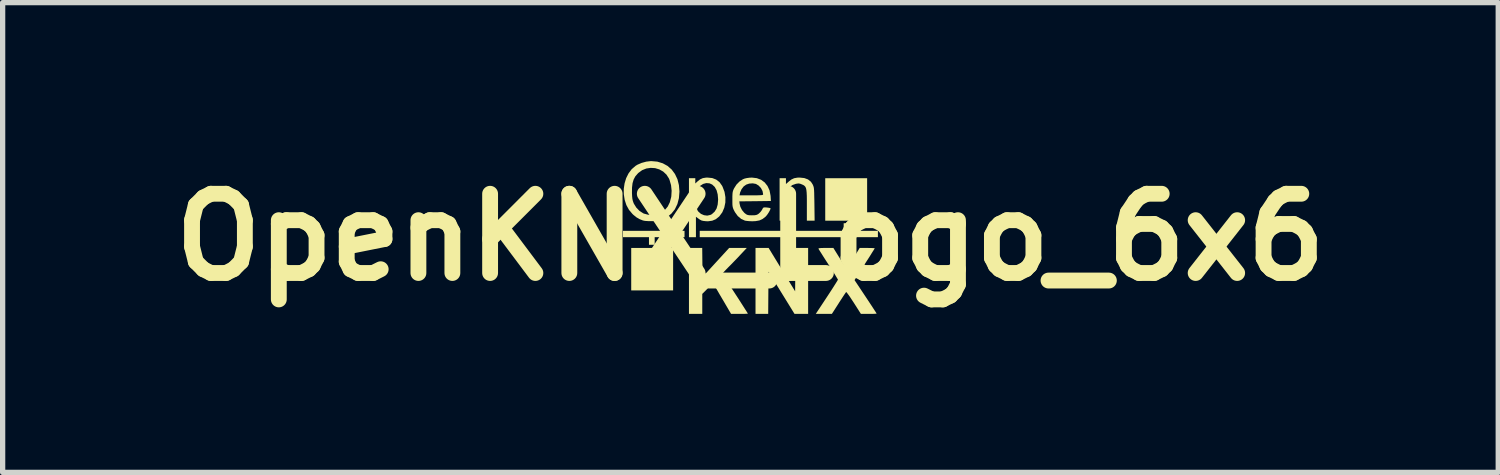
<source format=kicad_pcb>
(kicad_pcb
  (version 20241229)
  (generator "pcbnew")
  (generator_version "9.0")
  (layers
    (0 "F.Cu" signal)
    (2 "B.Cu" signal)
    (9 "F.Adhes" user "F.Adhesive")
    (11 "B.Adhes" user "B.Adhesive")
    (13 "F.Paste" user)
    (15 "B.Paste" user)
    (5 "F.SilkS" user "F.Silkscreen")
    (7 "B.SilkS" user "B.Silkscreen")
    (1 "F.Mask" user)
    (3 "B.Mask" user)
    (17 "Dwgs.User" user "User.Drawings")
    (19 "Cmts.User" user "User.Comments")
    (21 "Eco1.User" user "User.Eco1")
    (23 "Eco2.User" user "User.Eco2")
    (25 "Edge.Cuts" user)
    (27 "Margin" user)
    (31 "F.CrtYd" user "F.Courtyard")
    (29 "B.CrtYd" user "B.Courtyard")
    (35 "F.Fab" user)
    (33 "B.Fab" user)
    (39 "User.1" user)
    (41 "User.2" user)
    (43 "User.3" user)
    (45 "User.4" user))
  (footprint "OpenKNX_Logo_6x6"
    (layer "F.Cu")
    (at 11.157 1.44)
    (property "Reference" "OpenKNX_Logo_6x6" (at 0 0 0) (layer "F.SilkS") (effects (font (size 1.5 1.5) (thickness 0.3))))
    (attr board_only exclude_from_pos_files exclude_from_bom)
    (fp_poly (pts (xy -1.464 0.606) (xy -1.464 1.008) (xy -1.861 1.008) (xy -2.257 1.008) (xy -2.257 0.606) (xy -2.257 0.204) (xy -1.861 0.204) (xy -1.464 0.204)) (stroke (width 0) (type solid)) (fill yes) (layer "F.SilkS"))
    (fp_poly (pts (xy 2.209 -0.714) (xy 2.209 -0.312) (xy 1.813 -0.312) (xy 1.416 -0.312) (xy 1.416 -0.714) (xy 1.416 -1.116) (xy 1.813 -1.116) (xy 2.209 -1.116)) (stroke (width 0) (type solid)) (fill yes) (layer "F.SilkS"))
    (fp_poly (pts (xy -1.248 -0.06) (xy -1.248 0) (xy -1.53 0) (xy -1.813 0) (xy -1.813 0.072) (xy -1.813 0.144) (xy -1.867 0.144) (xy -1.921 0.144) (xy -1.921 0.072) (xy -1.921 0) (xy -2.167 0) (xy -2.413 0) (xy -2.413 -0.06) (xy -2.413 -0.12) (xy -1.831 -0.12) (xy -1.248 -0.12)) (stroke (width 0) (type solid)) (fill yes) (layer "F.SilkS"))
    (fp_poly (pts (xy 1.873 -0.192) (xy 1.873 -0.12) (xy 2.143 -0.12) (xy 2.413 -0.12) (xy 2.413 -0.06) (xy 2.413 0) (xy 0.726 0) (xy -0.96 0) (xy -0.96 -0.06) (xy -0.96 -0.12) (xy 0.402 -0.12) (xy 1.765 -0.12) (xy 1.765 -0.192) (xy 1.765 -0.264) (xy 1.819 -0.264) (xy 1.873 -0.264)) (stroke (width 0) (type solid)) (fill yes) (layer "F.SilkS"))
    (fp_poly (pts (xy 0.595 0.615) (xy 0.846 1.025) (xy 0.849 0.615) (xy 0.853 0.204) (xy 0.972 0.204) (xy 1.092 0.204) (xy 1.092 0.828) (xy 1.092 1.452) (xy 0.963 1.452) (xy 0.834 1.452) (xy 0.588 1.053) (xy 0.342 0.654) (xy 0.339 1.053) (xy 0.336 1.452) (xy 0.216 1.452) (xy 0.096 1.452) (xy 0.096 0.828) (xy 0.096 0.204) (xy 0.22 0.204) (xy 0.344 0.204)) (stroke (width 0) (type solid)) (fill yes) (layer "F.SilkS"))
    (fp_poly (pts (xy 1.02 -1.119) (xy 1.09 -1.093) (xy 1.145 -1.049) (xy 1.176 -1.002) (xy 1.185 -0.983) (xy 1.192 -0.965) (xy 1.198 -0.945) (xy 1.202 -0.918) (xy 1.205 -0.883) (xy 1.207 -0.835) (xy 1.208 -0.772) (xy 1.21 -0.69) (xy 1.211 -0.627) (xy 1.215 -0.312) (xy 1.142 -0.312) (xy 1.068 -0.312) (xy 1.068 -0.601) (xy 1.068 -0.703) (xy 1.067 -0.784) (xy 1.064 -0.847) (xy 1.059 -0.894) (xy 1.051 -0.929) (xy 1.039 -0.954) (xy 1.023 -0.972) (xy 1.003 -0.986) (xy 0.976 -0.998) (xy 0.938 -1.013) (xy 0.908 -1.017) (xy 0.871 -1.012) (xy 0.861 -1.01) (xy 0.795 -0.987) (xy 0.748 -0.953) (xy 0.717 -0.905) (xy 0.716 -0.9) (xy 0.709 -0.88) (xy 0.704 -0.853) (xy 0.7 -0.817) (xy 0.698 -0.768) (xy 0.697 -0.703) (xy 0.696 -0.618) (xy 0.696 -0.582) (xy 0.696 -0.312) (xy 0.624 -0.312) (xy 0.552 -0.312) (xy 0.552 -0.714) (xy 0.552 -1.116) (xy 0.612 -1.116) (xy 0.672 -1.116) (xy 0.672 -1.061) (xy 0.672 -1.006) (xy 0.722 -1.05) (xy 0.774 -1.091) (xy 0.827 -1.116) (xy 0.889 -1.127) (xy 0.934 -1.128)) (stroke (width 0) (type solid)) (fill yes) (layer "F.SilkS"))
    (fp_poly (pts (xy -0.91 0.479) (xy -0.906 0.753) (xy -0.655 0.479) (xy -0.403 0.204) (xy -0.236 0.204) (xy -0.069 0.204) (xy -0.19 0.333) (xy -0.245 0.392) (xy -0.307 0.456) (xy -0.367 0.518) (xy -0.419 0.57) (xy -0.419 0.57) (xy -0.46 0.612) (xy -0.494 0.648) (xy -0.518 0.675) (xy -0.528 0.69) (xy -0.528 0.691) (xy -0.522 0.703) (xy -0.504 0.734) (xy -0.476 0.78) (xy -0.438 0.839) (xy -0.394 0.908) (xy -0.344 0.987) (xy -0.289 1.071) (xy -0.288 1.073) (xy -0.233 1.157) (xy -0.183 1.235) (xy -0.139 1.304) (xy -0.102 1.362) (xy -0.073 1.407) (xy -0.055 1.436) (xy -0.048 1.447) (xy -0.048 1.447) (xy -0.059 1.449) (xy -0.09 1.451) (xy -0.136 1.452) (xy -0.193 1.452) (xy -0.208 1.452) (xy -0.367 1.452) (xy -0.534 1.167) (xy -0.578 1.093) (xy -0.617 1.025) (xy -0.651 0.967) (xy -0.678 0.921) (xy -0.697 0.89) (xy -0.705 0.877) (xy -0.705 0.877) (xy -0.714 0.883) (xy -0.737 0.903) (xy -0.77 0.933) (xy -0.81 0.972) (xy -0.811 0.973) (xy -0.912 1.074) (xy -0.912 1.263) (xy -0.912 1.452) (xy -1.038 1.452) (xy -1.164 1.452) (xy -1.164 0.828) (xy -1.164 0.204) (xy -1.039 0.204) (xy -0.913 0.204)) (stroke (width 0) (type solid)) (fill yes) (layer "F.SilkS"))
    (fp_poly (pts (xy -0.722 -1.119) (xy -0.648 -1.09) (xy -0.586 -1.042) (xy -0.537 -0.973) (xy -0.528 -0.955) (xy -0.491 -0.858) (xy -0.474 -0.757) (xy -0.475 -0.656) (xy -0.495 -0.56) (xy -0.532 -0.472) (xy -0.587 -0.397) (xy -0.595 -0.389) (xy -0.656 -0.34) (xy -0.723 -0.312) (xy -0.801 -0.301) (xy -0.839 -0.302) (xy -0.888 -0.307) (xy -0.924 -0.315) (xy -0.957 -0.332) (xy -0.977 -0.346) (xy -1.032 -0.386) (xy -1.032 -0.193) (xy -1.032 0) (xy -1.098 0) (xy -1.164 0) (xy -1.164 -0.558) (xy -1.164 -0.704) (xy -1.043 -0.704) (xy -1.038 -0.628) (xy -1.023 -0.559) (xy -1 -0.504) (xy -0.986 -0.484) (xy -0.937 -0.441) (xy -0.879 -0.416) (xy -0.818 -0.408) (xy -0.759 -0.421) (xy -0.731 -0.435) (xy -0.678 -0.483) (xy -0.641 -0.543) (xy -0.62 -0.618) (xy -0.612 -0.711) (xy -0.612 -0.715) (xy -0.62 -0.809) (xy -0.641 -0.888) (xy -0.676 -0.951) (xy -0.724 -0.996) (xy -0.774 -1.019) (xy -0.836 -1.024) (xy -0.896 -1.008) (xy -0.95 -0.973) (xy -0.994 -0.922) (xy -1.024 -0.856) (xy -1.025 -0.853) (xy -1.039 -0.781) (xy -1.043 -0.704) (xy -1.164 -0.704) (xy -1.164 -1.116) (xy -1.104 -1.116) (xy -1.044 -1.116) (xy -1.044 -1.066) (xy -1.044 -1.016) (xy -1.005 -1.053) (xy -0.954 -1.094) (xy -0.901 -1.118) (xy -0.838 -1.128) (xy -0.81 -1.128)) (stroke (width 0) (type solid)) (fill yes) (layer "F.SilkS"))
    (fp_poly (pts (xy -1.763 -1.43) (xy -1.659 -1.398) (xy -1.568 -1.348) (xy -1.491 -1.28) (xy -1.429 -1.196) (xy -1.382 -1.097) (xy -1.354 -0.985) (xy -1.344 -0.864) (xy -1.354 -0.739) (xy -1.383 -0.627) (xy -1.43 -0.529) (xy -1.496 -0.446) (xy -1.58 -0.379) (xy -1.642 -0.344) (xy -1.681 -0.327) (xy -1.714 -0.316) (xy -1.749 -0.309) (xy -1.794 -0.305) (xy -1.855 -0.303) (xy -1.934 -0.304) (xy -1.996 -0.308) (xy -2.035 -0.316) (xy -2.1 -0.342) (xy -2.157 -0.375) (xy -2.214 -0.421) (xy -2.234 -0.44) (xy -2.3 -0.518) (xy -2.349 -0.608) (xy -2.381 -0.706) (xy -2.397 -0.81) (xy -2.398 -0.837) (xy -2.243 -0.837) (xy -2.24 -0.773) (xy -2.235 -0.725) (xy -2.227 -0.688) (xy -2.215 -0.654) (xy -2.207 -0.634) (xy -2.16 -0.559) (xy -2.099 -0.496) (xy -2.028 -0.451) (xy -2.013 -0.445) (xy -1.937 -0.425) (xy -1.853 -0.422) (xy -1.77 -0.434) (xy -1.697 -0.461) (xy -1.694 -0.462) (xy -1.622 -0.513) (xy -1.566 -0.579) (xy -1.526 -0.661) (xy -1.5 -0.761) (xy -1.498 -0.775) (xy -1.492 -0.879) (xy -1.503 -0.984) (xy -1.531 -1.082) (xy -1.543 -1.111) (xy -1.59 -1.184) (xy -1.652 -1.242) (xy -1.725 -1.283) (xy -1.805 -1.307) (xy -1.888 -1.312) (xy -1.971 -1.3) (xy -2.051 -1.268) (xy -2.122 -1.216) (xy -2.132 -1.206) (xy -2.179 -1.152) (xy -2.211 -1.092) (xy -2.232 -1.022) (xy -2.242 -0.938) (xy -2.243 -0.837) (xy -2.398 -0.837) (xy -2.398 -0.915) (xy -2.383 -1.018) (xy -2.353 -1.117) (xy -2.308 -1.207) (xy -2.249 -1.286) (xy -2.175 -1.35) (xy -2.139 -1.372) (xy -2.06 -1.406) (xy -1.972 -1.43) (xy -1.887 -1.44) (xy -1.877 -1.44)) (stroke (width 0) (type solid)) (fill yes) (layer "F.SilkS"))
    (fp_poly (pts (xy 1.693 0.402) (xy 1.731 0.462) (xy 1.766 0.515) (xy 1.794 0.556) (xy 1.815 0.584) (xy 1.825 0.594) (xy 1.825 0.594) (xy 1.834 0.582) (xy 1.854 0.553) (xy 1.881 0.51) (xy 1.914 0.457) (xy 1.951 0.396) (xy 1.951 0.396) (xy 2.068 0.204) (xy 2.21 0.204) (xy 2.266 0.205) (xy 2.311 0.206) (xy 2.341 0.208) (xy 2.353 0.21) (xy 2.353 0.21) (xy 2.347 0.221) (xy 2.33 0.249) (xy 2.304 0.29) (xy 2.273 0.34) (xy 2.257 0.366) (xy 2.211 0.437) (xy 2.16 0.517) (xy 2.109 0.598) (xy 2.066 0.665) (xy 1.971 0.813) (xy 2.18 1.127) (xy 2.231 1.204) (xy 2.278 1.275) (xy 2.318 1.336) (xy 2.351 1.387) (xy 2.375 1.423) (xy 2.387 1.443) (xy 2.389 1.446) (xy 2.378 1.449) (xy 2.347 1.451) (xy 2.301 1.452) (xy 2.245 1.452) (xy 2.24 1.452) (xy 2.091 1.452) (xy 1.957 1.242) (xy 1.916 1.18) (xy 1.88 1.125) (xy 1.849 1.082) (xy 1.826 1.052) (xy 1.814 1.039) (xy 1.813 1.038) (xy 1.803 1.05) (xy 1.783 1.079) (xy 1.755 1.121) (xy 1.72 1.175) (xy 1.68 1.236) (xy 1.673 1.248) (xy 1.542 1.452) (xy 1.39 1.452) (xy 1.237 1.452) (xy 1.447 1.134) (xy 1.498 1.056) (xy 1.545 0.984) (xy 1.585 0.921) (xy 1.618 0.869) (xy 1.642 0.83) (xy 1.655 0.808) (xy 1.657 0.804) (xy 1.65 0.792) (xy 1.632 0.762) (xy 1.605 0.717) (xy 1.569 0.66) (xy 1.527 0.594) (xy 1.48 0.521) (xy 1.475 0.514) (xy 1.427 0.44) (xy 1.384 0.373) (xy 1.347 0.314) (xy 1.317 0.267) (xy 1.297 0.235) (xy 1.288 0.22) (xy 1.288 0.219) (xy 1.291 0.212) (xy 1.308 0.208) (xy 1.342 0.205) (xy 1.397 0.204) (xy 1.426 0.204) (xy 1.57 0.204)) (stroke (width 0) (type solid)) (fill yes) (layer "F.SilkS"))
    (fp_poly (pts (xy 0.121 -1.117) (xy 0.202 -1.086) (xy 0.27 -1.036) (xy 0.323 -0.969) (xy 0.361 -0.887) (xy 0.38 -0.79) (xy 0.382 -0.772) (xy 0.387 -0.685) (xy 0.089 -0.681) (xy -0.21 -0.678) (xy -0.206 -0.636) (xy -0.191 -0.575) (xy -0.16 -0.514) (xy -0.118 -0.463) (xy -0.104 -0.451) (xy -0.077 -0.431) (xy -0.052 -0.42) (xy -0.021 -0.415) (xy 0.025 -0.414) (xy 0.029 -0.414) (xy 0.077 -0.415) (xy 0.11 -0.42) (xy 0.136 -0.431) (xy 0.158 -0.446) (xy 0.191 -0.478) (xy 0.218 -0.515) (xy 0.222 -0.523) (xy 0.235 -0.548) (xy 0.248 -0.561) (xy 0.269 -0.564) (xy 0.306 -0.562) (xy 0.307 -0.562) (xy 0.345 -0.557) (xy 0.371 -0.552) (xy 0.379 -0.549) (xy 0.379 -0.534) (xy 0.367 -0.506) (xy 0.348 -0.471) (xy 0.324 -0.434) (xy 0.299 -0.402) (xy 0.286 -0.388) (xy 0.231 -0.345) (xy 0.171 -0.317) (xy 0.098 -0.304) (xy 0.036 -0.301) (xy -0.016 -0.303) (xy -0.064 -0.307) (xy -0.098 -0.312) (xy -0.104 -0.313) (xy -0.176 -0.346) (xy -0.24 -0.4) (xy -0.291 -0.47) (xy -0.3 -0.486) (xy -0.318 -0.521) (xy -0.33 -0.55) (xy -0.337 -0.578) (xy -0.341 -0.612) (xy -0.342 -0.658) (xy -0.342 -0.713) (xy -0.342 -0.776) (xy -0.341 -0.792) (xy -0.207 -0.792) (xy 0.017 -0.792) (xy 0.095 -0.792) (xy 0.153 -0.793) (xy 0.193 -0.795) (xy 0.219 -0.797) (xy 0.233 -0.801) (xy 0.239 -0.807) (xy 0.24 -0.813) (xy 0.229 -0.873) (xy 0.199 -0.93) (xy 0.155 -0.977) (xy 0.104 -1.008) (xy 0.043 -1.019) (xy -0.024 -1.014) (xy -0.08 -0.995) (xy -0.129 -0.96) (xy -0.169 -0.907) (xy -0.196 -0.846) (xy -0.199 -0.83) (xy -0.207 -0.792) (xy -0.341 -0.792) (xy -0.34 -0.821) (xy -0.336 -0.855) (xy -0.328 -0.883) (xy -0.316 -0.912) (xy -0.308 -0.927) (xy -0.265 -0.995) (xy -0.208 -1.053) (xy -0.143 -1.096) (xy -0.111 -1.109) (xy -0.069 -1.119) (xy -0.016 -1.126) (xy 0.029 -1.128)) (stroke (width 0) (type solid)) (fill yes) (layer "F.SilkS")))
  (gr_rect
    (start -3 -3)
    (end 25.314 5.893)
    (stroke (width 0.1) (type default))
    (fill no)
    (layer "Edge.Cuts")))
</source>
